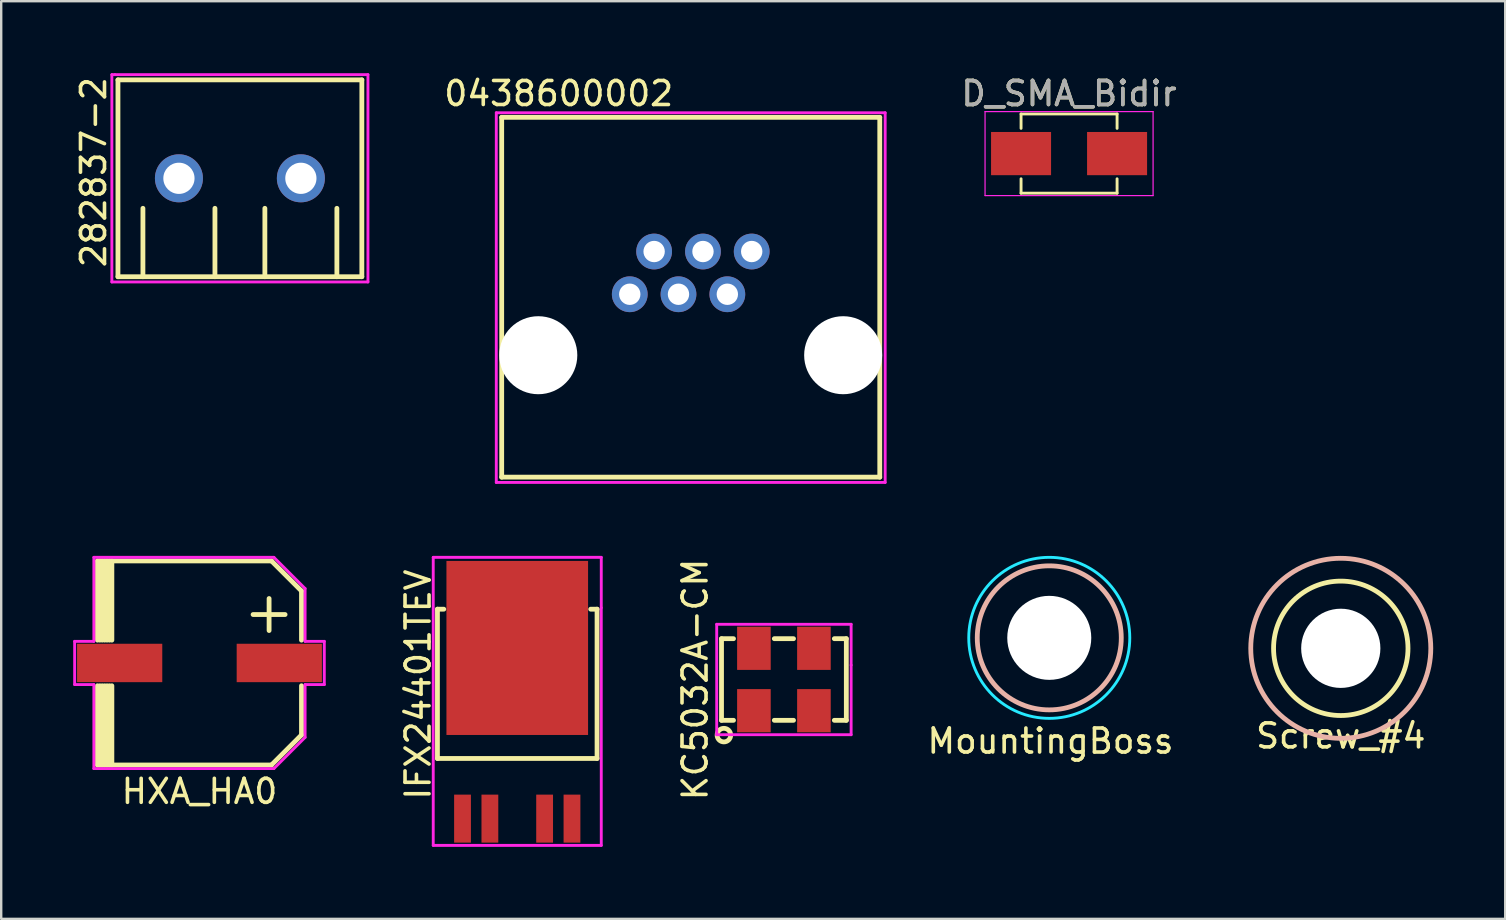
<source format=kicad_pcb>
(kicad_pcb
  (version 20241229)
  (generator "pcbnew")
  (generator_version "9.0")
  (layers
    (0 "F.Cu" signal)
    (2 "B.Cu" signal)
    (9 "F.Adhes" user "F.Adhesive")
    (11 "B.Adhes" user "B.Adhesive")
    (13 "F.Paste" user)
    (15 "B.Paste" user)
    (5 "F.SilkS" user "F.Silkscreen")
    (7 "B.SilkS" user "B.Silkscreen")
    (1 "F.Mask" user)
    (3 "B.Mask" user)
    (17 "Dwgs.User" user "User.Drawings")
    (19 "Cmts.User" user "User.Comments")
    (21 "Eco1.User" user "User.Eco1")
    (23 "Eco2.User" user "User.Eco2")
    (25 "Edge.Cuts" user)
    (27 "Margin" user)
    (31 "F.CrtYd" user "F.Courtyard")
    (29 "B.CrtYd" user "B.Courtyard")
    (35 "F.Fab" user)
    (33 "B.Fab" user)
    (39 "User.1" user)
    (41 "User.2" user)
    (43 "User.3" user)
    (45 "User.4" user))
  (footprint "HXA_HA0"
    (layer "F.Cu")
    (at 5.26 24.568)
    (property "Reference" "HXA_HA0" (at 0 5.35 0) (layer "F.SilkS") (effects (font (size 1 1) (thickness 0.15))))
    (attr through_hole)
    (fp_line (start -4.25 -4.25) (end 3 -4.25) (stroke (width 0.2) (type solid)) (layer "F.SilkS"))
    (fp_line (start -4.25 -0.95) (end -4.25 -4.25) (stroke (width 0.2) (type solid)) (layer "F.SilkS"))
    (fp_line (start -4.25 4.25) (end -4.25 0.95) (stroke (width 0.2) (type solid)) (layer "F.SilkS"))
    (fp_line (start -4.25 4.25) (end 3 4.25) (stroke (width 0.2) (type solid)) (layer "F.SilkS"))
    (fp_line (start -4.15 -0.95) (end -4.15 -4.25) (stroke (width 0.2) (type solid)) (layer "F.SilkS"))
    (fp_line (start -4.15 4.25) (end -4.15 0.95) (stroke (width 0.2) (type solid)) (layer "F.SilkS"))
    (fp_line (start -4.05 -4.25) (end -4.05 -0.95) (stroke (width 0.2) (type solid)) (layer "F.SilkS"))
    (fp_line (start -4.05 0.95) (end -4.05 4.25) (stroke (width 0.2) (type solid)) (layer "F.SilkS"))
    (fp_line (start -3.95 -0.95) (end -3.95 -4.25) (stroke (width 0.2) (type solid)) (layer "F.SilkS"))
    (fp_line (start -3.95 4.25) (end -3.95 0.95) (stroke (width 0.2) (type solid)) (layer "F.SilkS"))
    (fp_line (start -3.85 -4.25) (end -3.85 -0.95) (stroke (width 0.2) (type solid)) (layer "F.SilkS"))
    (fp_line (start -3.85 0.95) (end -3.85 4.25) (stroke (width 0.2) (type solid)) (layer "F.SilkS"))
    (fp_line (start -3.75 -0.95) (end -3.75 -4.25) (stroke (width 0.2) (type solid)) (layer "F.SilkS"))
    (fp_line (start -3.75 4.25) (end -3.75 0.95) (stroke (width 0.2) (type solid)) (layer "F.SilkS"))
    (fp_line (start -3.65 -4.25) (end -3.65 -0.95) (stroke (width 0.2) (type solid)) (layer "F.SilkS"))
    (fp_line (start -3.65 0.95) (end -3.65 4.25) (stroke (width 0.2) (type solid)) (layer "F.SilkS"))
    (fp_line (start 3 -4.25) (end 4.25 -3) (stroke (width 0.2) (type solid)) (layer "F.SilkS"))
    (fp_line (start 4.25 -0.95) (end 4.25 -3) (stroke (width 0.2) (type solid)) (layer "F.SilkS"))
    (fp_line (start 4.25 3) (end 3 4.25) (stroke (width 0.2) (type solid)) (layer "F.SilkS"))
    (fp_line (start 4.25 3) (end 4.25 0.95) (stroke (width 0.2) (type solid)) (layer "F.SilkS"))
    (fp_line (start -5.2 -0.9) (end -4.4 -0.9) (stroke (width 0.12) (type solid)) (layer "F.CrtYd"))
    (fp_line (start -5.2 0.9) (end -5.2 -0.9) (stroke (width 0.12) (type solid)) (layer "F.CrtYd"))
    (fp_line (start -4.4 -4.4) (end 3.1 -4.4) (stroke (width 0.12) (type solid)) (layer "F.CrtYd"))
    (fp_line (start -4.4 -0.9) (end -4.4 -4.4) (stroke (width 0.12) (type solid)) (layer "F.CrtYd"))
    (fp_line (start -4.4 0.9) (end -5.2 0.9) (stroke (width 0.12) (type solid)) (layer "F.CrtYd"))
    (fp_line (start -4.4 4.4) (end -4.4 0.9) (stroke (width 0.12) (type solid)) (layer "F.CrtYd"))
    (fp_line (start 3.1 -4.4) (end 4.4 -3.1) (stroke (width 0.12) (type solid)) (layer "F.CrtYd"))
    (fp_line (start 3.1 4.4) (end -4.4 4.4) (stroke (width 0.12) (type solid)) (layer "F.CrtYd"))
    (fp_line (start 4.4 -3.1) (end 4.4 -0.9) (stroke (width 0.12) (type solid)) (layer "F.CrtYd"))
    (fp_line (start 4.4 -0.9) (end 5.2 -0.9) (stroke (width 0.12) (type solid)) (layer "F.CrtYd"))
    (fp_line (start 4.4 0.9) (end 4.4 3.1) (stroke (width 0.12) (type solid)) (layer "F.CrtYd"))
    (fp_line (start 4.4 3.1) (end 3.1 4.4) (stroke (width 0.12) (type solid)) (layer "F.CrtYd"))
    (fp_line (start 5.2 -0.9) (end 5.2 0.9) (stroke (width 0.12) (type solid)) (layer "F.CrtYd"))
    (fp_line (start 5.2 0.9) (end 4.4 0.9) (stroke (width 0.12) (type solid)) (layer "F.CrtYd"))
    (fp_text user "+" (at 2.9 -2.15 0) (layer "F.SilkS") (effects (font (size 1.75 1.75) (thickness 0.2))))
    (pad "1" smd rect (at 3.325 0) (size 3.55 1.6) (layers "F.Cu" "F.Mask" "F.Paste"))
    (pad "2" smd rect (at -3.325 0) (size 3.55 1.6) (layers "F.Cu" "F.Mask" "F.Paste")))
  (footprint "KC5032A-CM"
    (layer "F.Cu")
    (at 29.607 25.257)
    (property "Reference" "KC5032A-CM" (at -3.7 0 90) (layer "F.SilkS") (effects (font (size 1 1) (thickness 0.15))))
    (attr through_hole)
    (fp_line (start -2.6 -1.7) (end -2.6 1.7) (stroke (width 0.2) (type solid)) (layer "F.SilkS"))
    (fp_line (start -2.6 -1.7) (end -2.1 -1.7) (stroke (width 0.2) (type solid)) (layer "F.SilkS"))
    (fp_line (start -2.6 1.7) (end -2.1 1.7) (stroke (width 0.2) (type solid)) (layer "F.SilkS"))
    (fp_line (start -0.4 -1.7) (end 0.4 -1.7) (stroke (width 0.2) (type solid)) (layer "F.SilkS"))
    (fp_line (start -0.4 1.7) (end 0.4 1.7) (stroke (width 0.2) (type solid)) (layer "F.SilkS"))
    (fp_line (start 2.1 -1.7) (end 2.6 -1.7) (stroke (width 0.2) (type solid)) (layer "F.SilkS"))
    (fp_line (start 2.6 -1.7) (end 2.6 1.7) (stroke (width 0.2) (type solid)) (layer "F.SilkS"))
    (fp_line (start 2.6 1.7) (end 2.1 1.7) (stroke (width 0.2) (type solid)) (layer "F.SilkS"))
    (fp_circle (center -2.5 2.317) (end -2.3 2.517) (stroke (width 0.2) (type solid)) (fill no) (layer "F.SilkS"))
    (fp_line (start -2.8 -2.3) (end -2.8 2.3) (stroke (width 0.12) (type solid)) (layer "F.CrtYd"))
    (fp_line (start -2.8 2.3) (end 2.8 2.3) (stroke (width 0.12) (type solid)) (layer "F.CrtYd"))
    (fp_line (start 2.8 -2.3) (end -2.8 -2.3) (stroke (width 0.12) (type solid)) (layer "F.CrtYd"))
    (fp_line (start 2.8 -0.6) (end 2.8 -2.3) (stroke (width 0.12) (type solid)) (layer "F.CrtYd"))
    (fp_line (start 2.8 2.3) (end 2.8 -0.6) (stroke (width 0.12) (type solid)) (layer "F.CrtYd"))
    (pad "1" smd rect (at -1.25 1.3) (size 1.4 1.8) (layers "F.Cu" "F.Mask" "F.Paste"))
    (pad "2" smd rect (at 1.25 1.3) (size 1.4 1.8) (layers "F.Cu" "F.Mask" "F.Paste"))
    (pad "3" smd rect (at 1.25 -1.3) (size 1.4 1.8) (layers "F.Cu" "F.Mask" "F.Paste"))
    (pad "4" smd rect (at -1.25 -1.3) (size 1.4 1.8) (layers "F.Cu" "F.Mask" "F.Paste")))
  (footprint "282837-2"
    (layer "F.Cu")
    (at 9.484 4.378)
    (property "Reference" "282837-2" (at -8.636 -0.254 90) (layer "F.SilkS") (effects (font (size 1 1) (thickness 0.15))))
    (attr through_hole)
    (fp_line (start -7.62 -4.1) (end -7.62 4.1) (stroke (width 0.2) (type solid)) (layer "F.SilkS"))
    (fp_line (start -7.62 -4.1) (end 2.54 -4.1) (stroke (width 0.2) (type solid)) (layer "F.SilkS"))
    (fp_line (start -7.62 4.1) (end 2.54 4.1) (stroke (width 0.2) (type solid)) (layer "F.SilkS"))
    (fp_line (start -6.58 1.25) (end -6.58 4.1) (stroke (width 0.2) (type solid)) (layer "F.SilkS"))
    (fp_line (start -3.58 1.25) (end -3.58 4.1) (stroke (width 0.2) (type solid)) (layer "F.SilkS"))
    (fp_line (start -1.5 1.25) (end -1.5 4.1) (stroke (width 0.2) (type solid)) (layer "F.SilkS"))
    (fp_line (start 1.5 1.25) (end 1.5 4.1) (stroke (width 0.2) (type solid)) (layer "F.SilkS"))
    (fp_line (start 2.54 -4.1) (end 2.54 4.1) (stroke (width 0.2) (type solid)) (layer "F.SilkS"))
    (fp_line (start -7.874 -4.318) (end -7.874 4.318) (stroke (width 0.12) (type solid)) (layer "F.CrtYd"))
    (fp_line (start -7.874 4.318) (end 2.794 4.318) (stroke (width 0.12) (type solid)) (layer "F.CrtYd"))
    (fp_line (start -7.747 -4.318) (end -7.874 -4.318) (stroke (width 0.12) (type solid)) (layer "F.CrtYd"))
    (fp_line (start 2.794 -4.318) (end -7.747 -4.318) (stroke (width 0.12) (type solid)) (layer "F.CrtYd"))
    (fp_line (start 2.794 4.318) (end 2.794 -4.318) (stroke (width 0.12) (type solid)) (layer "F.CrtYd"))
    (pad "1" thru_hole circle (at -5.08 0) (size 2 2) (drill 1.3) (layers "*.Cu" "*.Mask"))
    (pad "2" thru_hole circle (at 0 0) (size 2 2) (drill 1.3) (layers "*.Cu" "*.Mask")))
  (footprint "Screw_#4"
    (layer "F.Cu")
    (at 52.805 23.958)
    (property "Reference" "Screw_#4" (at 0 3.65 0) (layer "F.SilkS") (effects (font (size 1 1) (thickness 0.15))))
    (attr through_hole)
    (fp_circle (center 0 0) (end 2.8 0) (stroke (width 0.2) (type solid)) (fill no) (layer "F.SilkS"))
    (fp_circle (center 0 0) (end 3.75 0) (stroke (width 0.2) (type solid)) (fill no) (layer "B.SilkS"))
    (pad "" np_thru_hole circle (at 0 0) (size 3.3 3.3) (drill 3.3) (layers "*.Cu" "*.Mask")))
  (footprint "D_SMA_Bidir"
    (layer "F.Cu")
    (at 41.486 3.348)
    (property "Reference" "D_SMA_Bidir" (at 0 -2.5 0) (layer "F.SilkS") (effects (font (size 1 1) (thickness 0.15))))
    (attr smd)
    (fp_line (start -2 -1.65) (end -2 -1.05) (stroke (width 0.12) (type solid)) (layer "F.SilkS"))
    (fp_line (start -2 -1.65) (end 2 -1.65) (stroke (width 0.12) (type solid)) (layer "F.SilkS"))
    (fp_line (start -2 1.05) (end -2 1.65) (stroke (width 0.12) (type solid)) (layer "F.SilkS"))
    (fp_line (start -2 1.65) (end 2 1.65) (stroke (width 0.12) (type solid)) (layer "F.SilkS"))
    (fp_line (start 2 -1.65) (end 2 -1.05) (stroke (width 0.12) (type solid)) (layer "F.SilkS"))
    (fp_line (start 2 1.05) (end 2 1.65) (stroke (width 0.12) (type solid)) (layer "F.SilkS"))
    (fp_line (start -3.5 -1.75) (end 3.5 -1.75) (stroke (width 0.05) (type solid)) (layer "F.CrtYd"))
    (fp_line (start -3.5 1.75) (end -3.5 -1.75) (stroke (width 0.05) (type solid)) (layer "F.CrtYd"))
    (fp_line (start 3.5 -1.75) (end 3.5 1.75) (stroke (width 0.05) (type solid)) (layer "F.CrtYd"))
    (fp_line (start 3.5 1.75) (end -3.5 1.75) (stroke (width 0.05) (type solid)) (layer "F.CrtYd"))
    (fp_text user "${REFERENCE}" (at 0 -2.5 0) (layer "F.Fab") (effects (font (size 1 1) (thickness 0.15))))
    (pad "1" smd rect (at -2 0) (size 2.5 1.8) (layers "F.Cu" "F.Mask" "F.Paste"))
    (pad "2" smd rect (at 2 0) (size 2.5 1.8) (layers "F.Cu" "F.Mask" "F.Paste")))
  (footprint "0438600002"
    (layer "F.Cu")
    (at 25.725 11.748)
    (property "Reference" "0438600002" (at -5.5 -10.9 0) (layer "F.SilkS") (effects (font (size 1 1) (thickness 0.15))))
    (attr through_hole)
    (fp_line (start -7.875 -9.91) (end 7.875 -9.91) (stroke (width 0.2) (type solid)) (layer "F.SilkS"))
    (fp_line (start -7.875 5.08) (end -7.875 -9.91) (stroke (width 0.2) (type solid)) (layer "F.SilkS"))
    (fp_line (start -7.875 5.08) (end 7.875 5.08) (stroke (width 0.2) (type solid)) (layer "F.SilkS"))
    (fp_line (start 7.875 5.08) (end 7.875 -9.91) (stroke (width 0.2) (type solid)) (layer "F.SilkS"))
    (fp_line (start -8.1 -10.1) (end -8.1 5.3) (stroke (width 0.12) (type solid)) (layer "F.CrtYd"))
    (fp_line (start -8.1 5.3) (end 8.1 5.3) (stroke (width 0.12) (type solid)) (layer "F.CrtYd"))
    (fp_line (start 8.1 -10.1) (end -8.1 -10.1) (stroke (width 0.12) (type solid)) (layer "F.CrtYd"))
    (fp_line (start 8.1 5.3) (end 8.1 -10.1) (stroke (width 0.12) (type solid)) (layer "F.CrtYd"))
    (pad "" np_thru_hole circle (at -6.35 0) (size 3.25 3.25) (drill 3.25) (layers "*.Cu" "*.Mask"))
    (pad "" np_thru_hole circle (at 6.35 0) (size 3.25 3.25) (drill 3.25) (layers "*.Cu" "*.Mask"))
    (pad "1" thru_hole circle (at 2.54 -4.32) (size 1.49 1.49) (drill 0.89) (layers "*.Cu" "*.Mask"))
    (pad "2" thru_hole circle (at 1.525 -2.54) (size 1.49 1.49) (drill 0.89) (layers "*.Cu" "*.Mask"))
    (pad "3" thru_hole circle (at 0.51 -4.32) (size 1.49 1.49) (drill 0.89) (layers "*.Cu" "*.Mask"))
    (pad "4" thru_hole circle (at -0.51 -2.54) (size 1.49 1.49) (drill 0.89) (layers "*.Cu" "*.Mask"))
    (pad "5" thru_hole circle (at -1.525 -4.32) (size 1.49 1.49) (drill 0.89) (layers "*.Cu" "*.Mask"))
    (pad "6" thru_hole circle (at -2.54 -2.54) (size 1.49 1.49) (drill 0.89) (layers "*.Cu" "*.Mask")))
  (footprint "MountingBoss"
    (layer "F.Cu")
    (at 40.661 23.522)
    (property "Reference" "MountingBoss" (at 0.05 4.3 0) (layer "F.SilkS") (effects (font (size 1 1) (thickness 0.15))))
    (attr through_hole)
    (fp_circle (center 0 0) (end 3 0) (stroke (width 0.2) (type solid)) (fill no) (layer "B.SilkS"))
    (fp_circle (center 0 0) (end 3.354 0) (stroke (width 0.12) (type solid)) (fill no) (layer "B.CrtYd"))
    (pad "" np_thru_hole circle (at 0 0) (size 3.5 3.5) (drill 3.5) (layers "*.Cu" "*.Mask")))
  (footprint "IFX24401TEV"
    (layer "F.Cu")
    (at 18.498 26.568)
    (property "Reference" "IFX24401TEV" (at -4.13 -1.1 90) (layer "F.SilkS") (effects (font (size 1 1) (thickness 0.15))))
    (attr through_hole)
    (fp_line (start -3.325 -4.24) (end -3.325 1.98) (stroke (width 0.2) (type solid)) (layer "F.SilkS"))
    (fp_line (start -3.325 1.98) (end 3.325 1.98) (stroke (width 0.2) (type solid)) (layer "F.SilkS"))
    (fp_line (start -3.06 -4.24) (end -3.325 -4.24) (stroke (width 0.2) (type solid)) (layer "F.SilkS"))
    (fp_line (start 3.325 -4.24) (end 3.06 -4.24) (stroke (width 0.2) (type solid)) (layer "F.SilkS"))
    (fp_line (start 3.325 -4.24) (end 3.325 1.98) (stroke (width 0.2) (type solid)) (layer "F.SilkS"))
    (fp_line (start -3.5 -6.4) (end -3.5 5.6) (stroke (width 0.12) (type solid)) (layer "F.CrtYd"))
    (fp_line (start -3.5 5.6) (end 3.5 5.6) (stroke (width 0.12) (type solid)) (layer "F.CrtYd"))
    (fp_line (start 3.5 -6.4) (end -3.5 -6.4) (stroke (width 0.12) (type solid)) (layer "F.CrtYd"))
    (fp_line (start 3.5 -4.3) (end 3.5 -6.4) (stroke (width 0.12) (type solid)) (layer "F.CrtYd"))
    (fp_line (start 3.5 5.6) (end 3.5 -4.3) (stroke (width 0.12) (type solid)) (layer "F.CrtYd"))
    (pad "1" smd rect (at -2.28 4.485) (size 0.7 2) (layers "F.Cu" "F.Mask" "F.Paste"))
    (pad "2" smd rect (at -1.14 4.485) (size 0.7 2) (layers "F.Cu" "F.Mask" "F.Paste"))
    (pad "3" smd rect (at 0 -2.625) (size 5.9 7.25) (layers "F.Cu" "F.Mask" "F.Paste"))
    (pad "4" smd rect (at 1.14 4.485) (size 0.7 2) (layers "F.Cu" "F.Mask" "F.Paste"))
    (pad "5" smd rect (at 2.28 4.485) (size 0.7 2) (layers "F.Cu" "F.Mask" "F.Paste")))
  (gr_rect
    (start -3 -3)
    (end 59.655 35.228)
    (stroke (width 0.1) (type default))
    (fill no)
    (layer "Edge.Cuts")))
</source>
